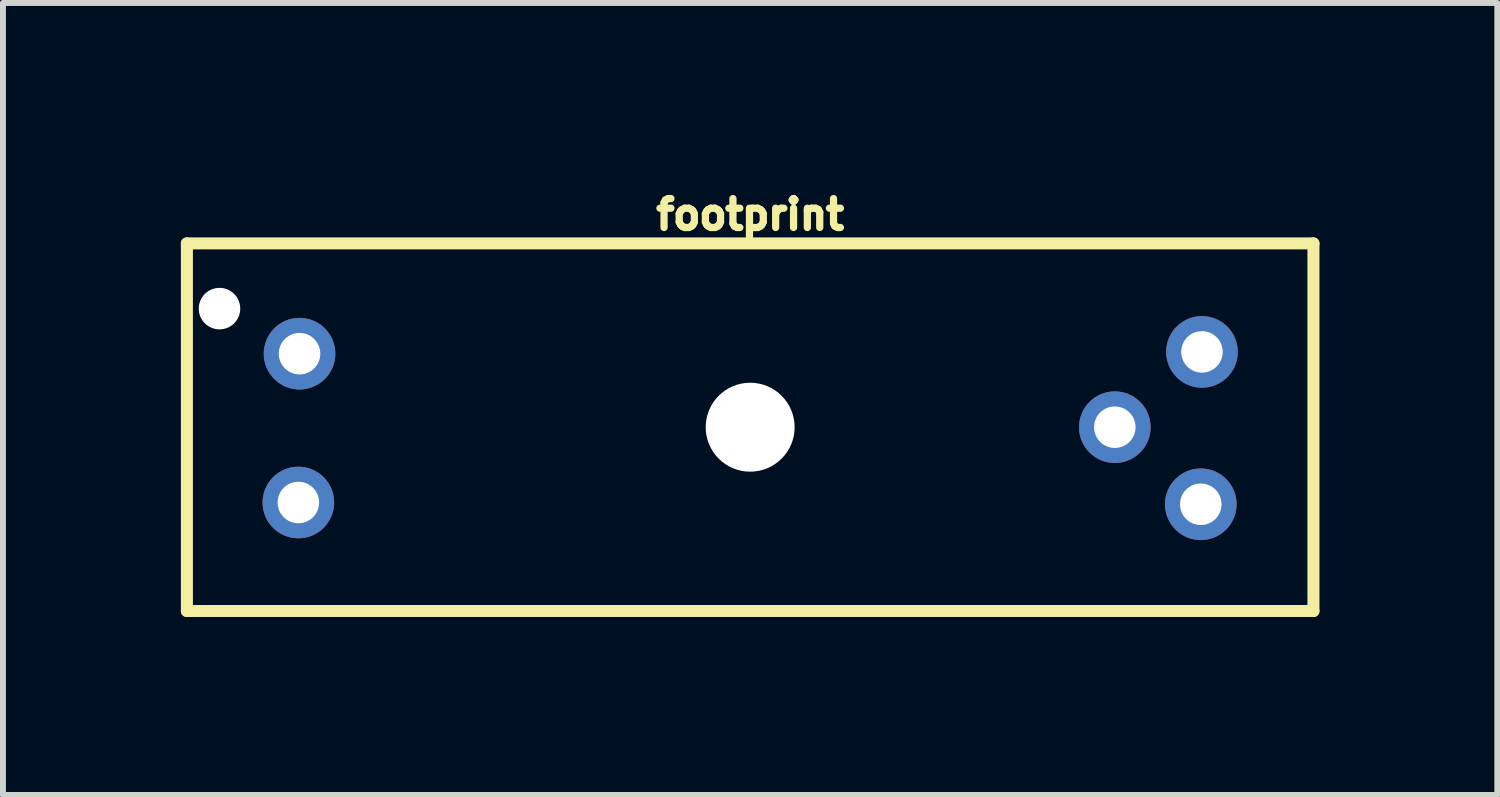
<source format=kicad_pcb>
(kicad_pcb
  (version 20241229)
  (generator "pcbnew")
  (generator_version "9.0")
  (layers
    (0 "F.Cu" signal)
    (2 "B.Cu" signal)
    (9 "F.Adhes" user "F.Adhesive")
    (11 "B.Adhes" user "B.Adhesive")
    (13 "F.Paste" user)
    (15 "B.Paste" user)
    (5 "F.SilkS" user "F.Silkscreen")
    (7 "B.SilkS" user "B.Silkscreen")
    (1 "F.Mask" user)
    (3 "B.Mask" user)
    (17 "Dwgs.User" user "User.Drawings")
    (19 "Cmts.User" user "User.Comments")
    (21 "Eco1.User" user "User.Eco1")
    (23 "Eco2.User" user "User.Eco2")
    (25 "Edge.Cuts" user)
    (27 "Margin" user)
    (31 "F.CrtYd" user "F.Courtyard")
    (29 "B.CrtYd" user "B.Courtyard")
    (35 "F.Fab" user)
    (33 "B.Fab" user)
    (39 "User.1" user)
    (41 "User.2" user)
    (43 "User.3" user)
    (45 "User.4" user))
  (footprint "footprint"
    (layer "F.Cu")
    (at 9.602 4.155)
    (property "Reference" "footprint" (at 0 -3.302 0) (layer "F.SilkS") (effects (font (size 0.488 0.488) (thickness 0.122)) (justify bottom)))
    (fp_line (start -9.5 -3.1) (end 9.5 -3.1) (stroke (width 0.203) (type solid)) (layer "F.SilkS"))
    (fp_line (start -9.5 3.1) (end -9.5 -3.1) (stroke (width 0.203) (type solid)) (layer "F.SilkS"))
    (fp_line (start 9.5 -3.1) (end 9.5 3.1) (stroke (width 0.203) (type solid)) (layer "F.SilkS"))
    (fp_line (start 9.5 3.1) (end -9.5 3.1) (stroke (width 0.203) (type solid)) (layer "F.SilkS"))
    (pad "" np_thru_hole circle (at -8.95 -2) (size 0.7 0.7) (drill 0.7) (layers "*.Cu" "*.Mask"))
    (pad "" np_thru_hole circle (at 0 0) (size 1.5 1.5) (drill 1.5) (layers "*.Cu" "*.Mask"))
    (pad "1" thru_hole circle (at -7.6 -1.24) (size 1.208 1.208) (drill 0.7) (layers "*.Cu" "*.Mask"))
    (pad "2" thru_hole circle (at -7.62 1.27) (size 1.208 1.208) (drill 0.7) (layers "*.Cu" "*.Mask"))
    (pad "3" thru_hole circle (at 7.6 1.3) (size 1.208 1.208) (drill 0.7) (layers "*.Cu" "*.Mask"))
    (pad "4" thru_hole circle (at 6.15 0) (size 1.208 1.208) (drill 0.7) (layers "*.Cu" "*.Mask"))
    (pad "5" thru_hole circle (at 7.62 -1.27) (size 1.208 1.208) (drill 0.7) (layers "*.Cu" "*.Mask")))
  (gr_rect
    (start -3 -3)
    (end 22.203 10.357)
    (stroke (width 0.1) (type default))
    (fill no)
    (layer "Edge.Cuts")))
</source>
